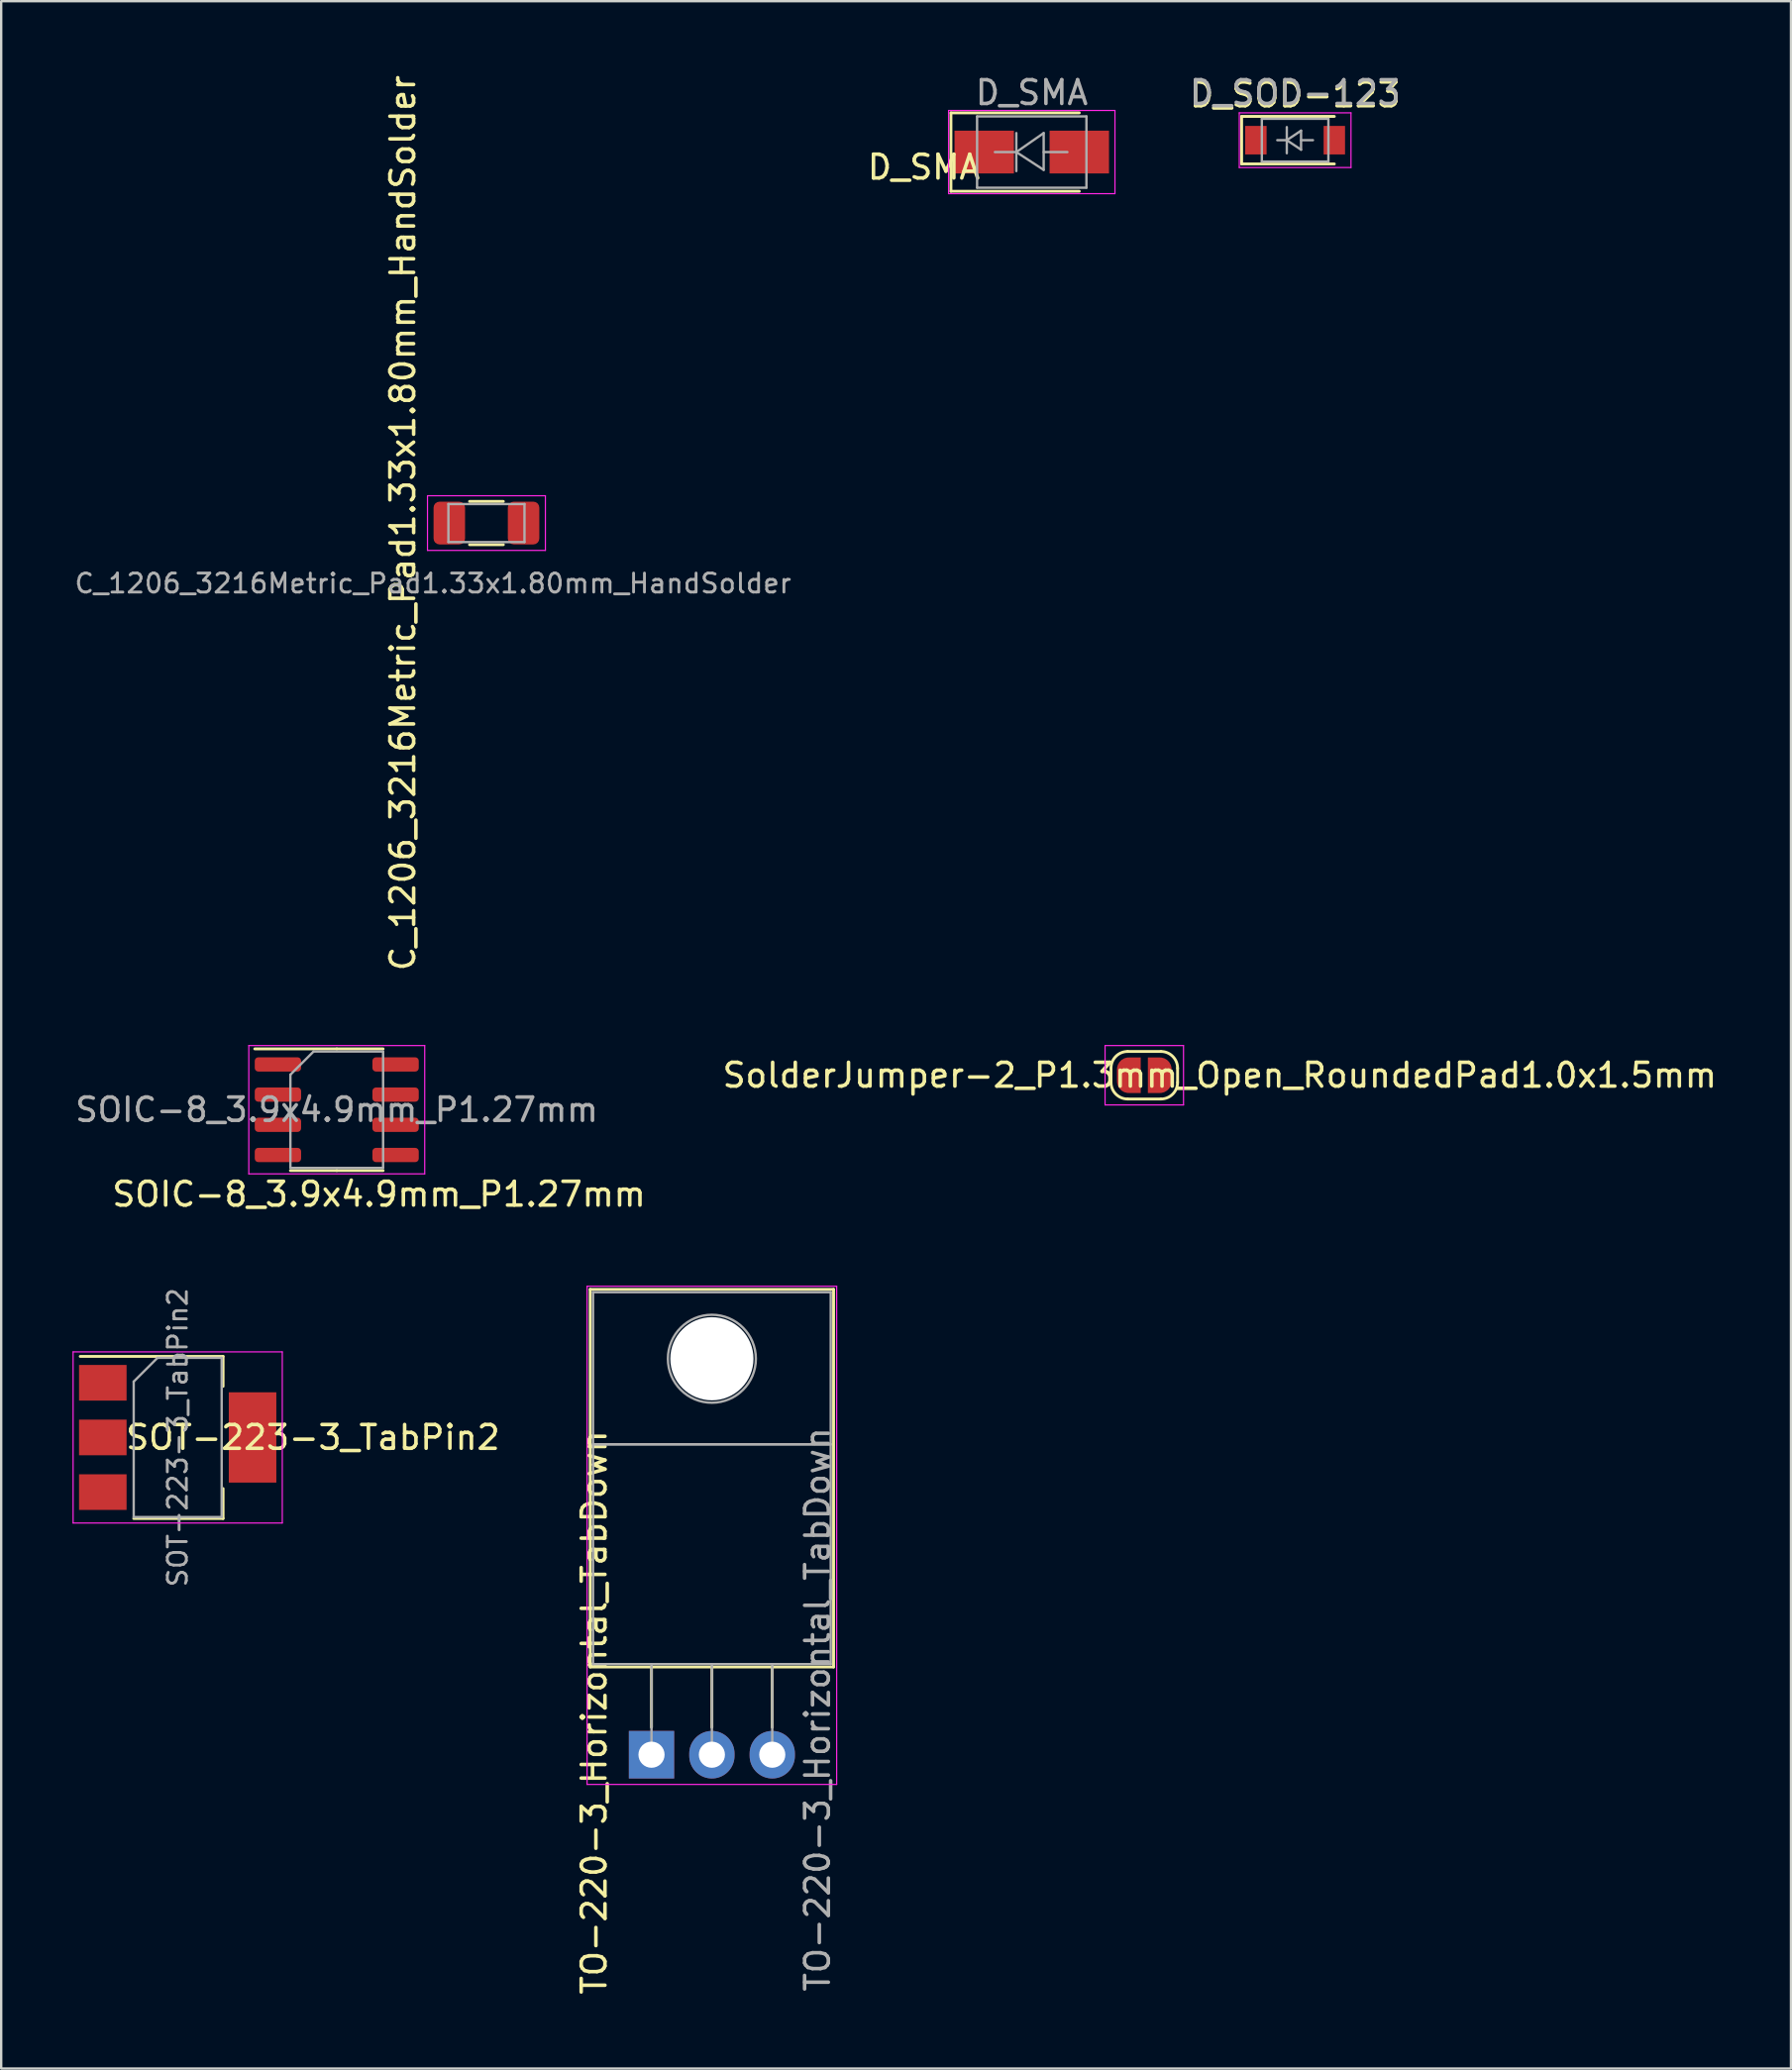
<source format=kicad_pcb>
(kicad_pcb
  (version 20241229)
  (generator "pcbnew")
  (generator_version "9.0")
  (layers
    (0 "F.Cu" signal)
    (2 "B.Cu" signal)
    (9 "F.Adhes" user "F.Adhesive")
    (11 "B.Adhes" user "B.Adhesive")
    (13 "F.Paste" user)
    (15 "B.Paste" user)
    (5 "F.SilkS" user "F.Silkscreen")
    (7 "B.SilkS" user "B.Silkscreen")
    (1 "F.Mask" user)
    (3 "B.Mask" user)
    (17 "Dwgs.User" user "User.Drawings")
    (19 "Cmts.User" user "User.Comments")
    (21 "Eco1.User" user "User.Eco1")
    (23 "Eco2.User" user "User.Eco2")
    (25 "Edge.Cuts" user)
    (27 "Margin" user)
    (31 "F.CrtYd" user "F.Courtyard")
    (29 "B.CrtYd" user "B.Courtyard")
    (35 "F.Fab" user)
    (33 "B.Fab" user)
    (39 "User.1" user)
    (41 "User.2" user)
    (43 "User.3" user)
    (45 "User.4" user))
  (footprint "D_SOD-123"
    (layer "F.Cu")
    (at 51.434 2.848)
    (property "Reference" "D_SOD-123" (at 0 -1.905 0) (layer "F.SilkS") (effects (font (size 1 1) (thickness 0.15))))
    (attr smd)
    (fp_line (start -2.25 -1) (end -2.25 1) (stroke (width 0.12) (type solid)) (layer "F.SilkS"))
    (fp_line (start -2.25 -1) (end 1.65 -1) (stroke (width 0.12) (type solid)) (layer "F.SilkS"))
    (fp_line (start -2.25 1) (end 1.65 1) (stroke (width 0.12) (type solid)) (layer "F.SilkS"))
    (fp_line (start -2.35 -1.15) (end -2.35 1.15) (stroke (width 0.05) (type solid)) (layer "F.CrtYd"))
    (fp_line (start -2.35 -1.15) (end 2.35 -1.15) (stroke (width 0.05) (type solid)) (layer "F.CrtYd"))
    (fp_line (start 2.35 -1.15) (end 2.35 1.15) (stroke (width 0.05) (type solid)) (layer "F.CrtYd"))
    (fp_line (start 2.35 1.15) (end -2.35 1.15) (stroke (width 0.05) (type solid)) (layer "F.CrtYd"))
    (fp_line (start -1.4 -0.9) (end 1.4 -0.9) (stroke (width 0.1) (type solid)) (layer "F.Fab"))
    (fp_line (start -1.4 0.9) (end -1.4 -0.9) (stroke (width 0.1) (type solid)) (layer "F.Fab"))
    (fp_line (start -0.75 0) (end -0.35 0) (stroke (width 0.1) (type solid)) (layer "F.Fab"))
    (fp_line (start -0.35 0) (end -0.35 -0.55) (stroke (width 0.1) (type solid)) (layer "F.Fab"))
    (fp_line (start -0.35 0) (end -0.35 0.55) (stroke (width 0.1) (type solid)) (layer "F.Fab"))
    (fp_line (start -0.35 0) (end 0.25 -0.4) (stroke (width 0.1) (type solid)) (layer "F.Fab"))
    (fp_line (start 0.25 -0.4) (end 0.25 0.4) (stroke (width 0.1) (type solid)) (layer "F.Fab"))
    (fp_line (start 0.25 0) (end 0.75 0) (stroke (width 0.1) (type solid)) (layer "F.Fab"))
    (fp_line (start 0.25 0.4) (end -0.35 0) (stroke (width 0.1) (type solid)) (layer "F.Fab"))
    (fp_line (start 1.4 -0.9) (end 1.4 0.9) (stroke (width 0.1) (type solid)) (layer "F.Fab"))
    (fp_line (start 1.4 0.9) (end -1.4 0.9) (stroke (width 0.1) (type solid)) (layer "F.Fab"))
    (fp_text user "${REFERENCE}" (at 0 -2 0) (layer "F.Fab") (effects (font (size 1 1) (thickness 0.15))))
    (pad "1" smd rect (at -1.65 0) (size 0.9 1.2) (layers "F.Cu" "F.Mask" "F.Paste"))
    (pad "2" smd rect (at 1.65 0) (size 0.9 1.2) (layers "F.Cu" "F.Mask" "F.Paste")))
  (footprint "C_1206_3216Metric_Pad1.33x1.80mm_HandSolder"
    (layer "F.Cu")
    (at 17.414 18.958)
    (property "Reference" "C_1206_3216Metric_Pad1.33x1.80mm_HandSolder" (at -3.518 0 90) (layer "F.SilkS") (effects (font (size 1 1) (thickness 0.15))))
    (attr smd)
    (fp_line (start -0.711 -0.91) (end 0.711 -0.91) (stroke (width 0.12) (type solid)) (layer "F.SilkS"))
    (fp_line (start -0.711 0.91) (end 0.711 0.91) (stroke (width 0.12) (type solid)) (layer "F.SilkS"))
    (fp_line (start -2.48 -1.15) (end 2.48 -1.15) (stroke (width 0.05) (type solid)) (layer "F.CrtYd"))
    (fp_line (start -2.48 1.15) (end -2.48 -1.15) (stroke (width 0.05) (type solid)) (layer "F.CrtYd"))
    (fp_line (start 2.48 -1.15) (end 2.48 1.15) (stroke (width 0.05) (type solid)) (layer "F.CrtYd"))
    (fp_line (start 2.48 1.15) (end -2.48 1.15) (stroke (width 0.05) (type solid)) (layer "F.CrtYd"))
    (fp_line (start -1.6 -0.8) (end 1.6 -0.8) (stroke (width 0.1) (type solid)) (layer "F.Fab"))
    (fp_line (start -1.6 0.8) (end -1.6 -0.8) (stroke (width 0.1) (type solid)) (layer "F.Fab"))
    (fp_line (start 1.6 -0.8) (end 1.6 0.8) (stroke (width 0.1) (type solid)) (layer "F.Fab"))
    (fp_line (start 1.6 0.8) (end -1.6 0.8) (stroke (width 0.1) (type solid)) (layer "F.Fab"))
    (fp_text user "${REFERENCE}" (at -2.248 2.54 180) (layer "F.Fab") (effects (font (size 0.8 0.8) (thickness 0.12))))
    (pad "1" smd roundrect (at -1.562 0) (size 1.325 1.8) (layers "F.Cu" "F.Mask" "F.Paste") (roundrect_rratio 0.189))
    (pad "2" smd roundrect (at 1.562 0) (size 1.325 1.8) (layers "F.Cu" "F.Mask" "F.Paste") (roundrect_rratio 0.189)))
  (footprint "TO-220-3_Horizontal_TabDown"
    (layer "F.Cu")
    (at 24.358 70.781)
    (property "Reference" "TO-220-3_Horizontal_TabDown" (at -2.413 -1.778 90) (layer "F.SilkS") (effects (font (size 1 1) (thickness 0.15))))
    (attr through_hole)
    (fp_line (start -2.58 -19.58) (end -2.58 -3.69) (stroke (width 0.12) (type solid)) (layer "F.SilkS"))
    (fp_line (start -2.58 -19.58) (end 7.66 -19.58) (stroke (width 0.12) (type solid)) (layer "F.SilkS"))
    (fp_line (start -2.58 -3.69) (end 7.66 -3.69) (stroke (width 0.12) (type solid)) (layer "F.SilkS"))
    (fp_line (start 0 -3.69) (end 0 -1.15) (stroke (width 0.12) (type solid)) (layer "F.SilkS"))
    (fp_line (start 2.54 -3.69) (end 2.54 -1.15) (stroke (width 0.12) (type solid)) (layer "F.SilkS"))
    (fp_line (start 5.08 -3.69) (end 5.08 -1.15) (stroke (width 0.12) (type solid)) (layer "F.SilkS"))
    (fp_line (start 7.66 -19.58) (end 7.66 -3.69) (stroke (width 0.12) (type solid)) (layer "F.SilkS"))
    (fp_line (start -2.71 -19.71) (end -2.71 1.25) (stroke (width 0.05) (type solid)) (layer "F.CrtYd"))
    (fp_line (start -2.71 1.25) (end 7.79 1.25) (stroke (width 0.05) (type solid)) (layer "F.CrtYd"))
    (fp_line (start 7.79 -19.71) (end -2.71 -19.71) (stroke (width 0.05) (type solid)) (layer "F.CrtYd"))
    (fp_line (start 7.79 1.25) (end 7.79 -19.71) (stroke (width 0.05) (type solid)) (layer "F.CrtYd"))
    (fp_line (start -2.46 -19.46) (end 7.54 -19.46) (stroke (width 0.1) (type solid)) (layer "F.Fab"))
    (fp_line (start -2.46 -13.06) (end -2.46 -19.46) (stroke (width 0.1) (type solid)) (layer "F.Fab"))
    (fp_line (start -2.46 -13.06) (end 7.54 -13.06) (stroke (width 0.1) (type solid)) (layer "F.Fab"))
    (fp_line (start -2.46 -3.81) (end -2.46 -13.06) (stroke (width 0.1) (type solid)) (layer "F.Fab"))
    (fp_line (start 0 -3.81) (end 0 0) (stroke (width 0.1) (type solid)) (layer "F.Fab"))
    (fp_line (start 2.54 -3.81) (end 2.54 0) (stroke (width 0.1) (type solid)) (layer "F.Fab"))
    (fp_line (start 5.08 -3.81) (end 5.08 0) (stroke (width 0.1) (type solid)) (layer "F.Fab"))
    (fp_line (start 7.54 -19.46) (end 7.54 -13.06) (stroke (width 0.1) (type solid)) (layer "F.Fab"))
    (fp_line (start 7.54 -13.06) (end -2.46 -13.06) (stroke (width 0.1) (type solid)) (layer "F.Fab"))
    (fp_line (start 7.54 -13.06) (end 7.54 -3.81) (stroke (width 0.1) (type solid)) (layer "F.Fab"))
    (fp_line (start 7.54 -3.81) (end -2.46 -3.81) (stroke (width 0.1) (type solid)) (layer "F.Fab"))
    (fp_circle (center 2.54 -16.66) (end 4.39 -16.66) (stroke (width 0.1) (type solid)) (fill no) (layer "F.Fab"))
    (fp_text user "${REFERENCE}" (at 6.985 -1.905 90) (layer "F.Fab") (effects (font (size 1 1) (thickness 0.15))))
    (pad "" np_thru_hole oval (at 2.54 -16.66) (size 3.5 3.5) (drill 3.5) (layers "*.Cu" "*.Mask"))
    (pad "1" thru_hole rect (at 0 0) (size 1.905 2) (drill 1.1) (layers "*.Cu" "*.Mask"))
    (pad "2" thru_hole oval (at 2.54 0) (size 1.905 2) (drill 1.1) (layers "*.Cu" "*.Mask"))
    (pad "3" thru_hole oval (at 5.08 0) (size 1.905 2) (drill 1.1) (layers "*.Cu" "*.Mask")))
  (footprint "SOT-223-3_TabPin2"
    (layer "F.Cu")
    (at 4.425 57.432)
    (property "Reference" "SOT-223-3_TabPin2" (at 5.69 0 0) (layer "F.SilkS") (effects (font (size 1 1) (thickness 0.15))))
    (attr smd)
    (fp_line (start -4.1 -3.41) (end 1.91 -3.41) (stroke (width 0.12) (type solid)) (layer "F.SilkS"))
    (fp_line (start -1.85 3.41) (end 1.91 3.41) (stroke (width 0.12) (type solid)) (layer "F.SilkS"))
    (fp_line (start 1.91 -3.41) (end 1.91 -2.15) (stroke (width 0.12) (type solid)) (layer "F.SilkS"))
    (fp_line (start 1.91 3.41) (end 1.91 2.15) (stroke (width 0.12) (type solid)) (layer "F.SilkS"))
    (fp_line (start -4.4 -3.6) (end -4.4 3.6) (stroke (width 0.05) (type solid)) (layer "F.CrtYd"))
    (fp_line (start -4.4 3.6) (end 4.4 3.6) (stroke (width 0.05) (type solid)) (layer "F.CrtYd"))
    (fp_line (start 4.4 -3.6) (end -4.4 -3.6) (stroke (width 0.05) (type solid)) (layer "F.CrtYd"))
    (fp_line (start 4.4 3.6) (end 4.4 -3.6) (stroke (width 0.05) (type solid)) (layer "F.CrtYd"))
    (fp_line (start -1.85 -2.35) (end -1.85 3.35) (stroke (width 0.1) (type solid)) (layer "F.Fab"))
    (fp_line (start -1.85 -2.35) (end -0.85 -3.35) (stroke (width 0.1) (type solid)) (layer "F.Fab"))
    (fp_line (start -1.85 3.35) (end 1.85 3.35) (stroke (width 0.1) (type solid)) (layer "F.Fab"))
    (fp_line (start -0.85 -3.35) (end 1.85 -3.35) (stroke (width 0.1) (type solid)) (layer "F.Fab"))
    (fp_line (start 1.85 -3.35) (end 1.85 3.35) (stroke (width 0.1) (type solid)) (layer "F.Fab"))
    (fp_text user "${REFERENCE}" (at 0 0 270) (layer "F.Fab") (effects (font (size 0.8 0.8) (thickness 0.12))))
    (pad "1" smd rect (at -3.15 -2.3) (size 2 1.5) (layers "F.Cu" "F.Mask" "F.Paste"))
    (pad "2" smd rect (at -3.15 0) (size 2 1.5) (layers "F.Cu" "F.Mask" "F.Paste"))
    (pad "2" smd rect (at 3.15 0) (size 2 3.8) (layers "F.Cu" "F.Mask" "F.Paste"))
    (pad "3" smd rect (at -3.15 2.3) (size 2 1.5) (layers "F.Cu" "F.Mask" "F.Paste")))
  (footprint "SolderJumper-2_P1.3mm_Open_RoundedPad1.0x1.5mm"
    (layer "F.Cu")
    (at 45.089 42.192)
    (property "Reference" "SolderJumper-2_P1.3mm_Open_RoundedPad1.0x1.5mm" (at 3.175 0 180) (layer "F.SilkS") (effects (font (size 1 1) (thickness 0.15))))
    (attr exclude_from_pos_files exclude_from_bom)
    (fp_line (start -1.4 0.3) (end -1.4 -0.3) (stroke (width 0.12) (type solid)) (layer "F.SilkS"))
    (fp_line (start -0.7 -1) (end 0.7 -1) (stroke (width 0.12) (type solid)) (layer "F.SilkS"))
    (fp_line (start 0.7 1) (end -0.7 1) (stroke (width 0.12) (type solid)) (layer "F.SilkS"))
    (fp_line (start 1.4 -0.3) (end 1.4 0.3) (stroke (width 0.12) (type solid)) (layer "F.SilkS"))
    (fp_arc (start -1.4 -0.3) (mid -1.194975 -0.794975) (end -0.7 -1) (stroke (width 0.12) (type solid)) (layer "F.SilkS"))
    (fp_arc (start -0.7 1) (mid -1.194975 0.794975) (end -1.4 0.3) (stroke (width 0.12) (type solid)) (layer "F.SilkS"))
    (fp_arc (start 0.7 -1) (mid 1.194975 -0.794975) (end 1.4 -0.3) (stroke (width 0.12) (type solid)) (layer "F.SilkS"))
    (fp_arc (start 1.4 0.3) (mid 1.194975 0.794975) (end 0.7 1) (stroke (width 0.12) (type solid)) (layer "F.SilkS"))
    (fp_line (start -1.65 -1.25) (end -1.65 1.25) (stroke (width 0.05) (type solid)) (layer "F.CrtYd"))
    (fp_line (start -1.65 -1.25) (end 1.65 -1.25) (stroke (width 0.05) (type solid)) (layer "F.CrtYd"))
    (fp_line (start 1.65 1.25) (end -1.65 1.25) (stroke (width 0.05) (type solid)) (layer "F.CrtYd"))
    (fp_line (start 1.65 1.25) (end 1.65 -1.25) (stroke (width 0.05) (type solid)) (layer "F.CrtYd"))
    (pad "1" smd custom (at -0.65 0) (size 1 0.5) (layers "F.Cu" "F.Mask") (options (anchor rect)) (primitives (gr_circle (center 0 0.25) (end 0.5 0.25) (width 0) (fill yes)) (gr_circle (center 0 -0.25) (end 0.5 -0.25) (width 0) (fill yes)) (gr_poly (pts (xy 0 -0.75) (xy 0.5 -0.75) (xy 0.5 0.75) (xy 0 0.75)) (width 0) (fill yes))))
    (pad "2" smd custom (at 0.65 0) (size 1 0.5) (layers "F.Cu" "F.Mask") (options (anchor rect)) (primitives (gr_circle (center 0 0.25) (end 0.5 0.25) (width 0) (fill yes)) (gr_circle (center 0 -0.25) (end 0.5 -0.25) (width 0) (fill yes)) (gr_poly (pts (xy 0 -0.75) (xy -0.5 -0.75) (xy -0.5 0.75) (xy 0 0.75)) (width 0) (fill yes)))))
  (footprint "D_SMA"
    (layer "F.Cu")
    (at 40.355 3.348)
    (property "Reference" "D_SMA" (at -4.54 0.635 0) (layer "F.SilkS") (effects (font (size 1 1) (thickness 0.15))))
    (attr smd)
    (fp_line (start -3.4 -1.65) (end -3.4 1.65) (stroke (width 0.12) (type solid)) (layer "F.SilkS"))
    (fp_line (start -3.4 -1.65) (end 2 -1.65) (stroke (width 0.12) (type solid)) (layer "F.SilkS"))
    (fp_line (start -3.4 1.65) (end 2 1.65) (stroke (width 0.12) (type solid)) (layer "F.SilkS"))
    (fp_line (start -3.5 -1.75) (end 3.5 -1.75) (stroke (width 0.05) (type solid)) (layer "F.CrtYd"))
    (fp_line (start -3.5 1.75) (end -3.5 -1.75) (stroke (width 0.05) (type solid)) (layer "F.CrtYd"))
    (fp_line (start 3.5 -1.75) (end 3.5 1.75) (stroke (width 0.05) (type solid)) (layer "F.CrtYd"))
    (fp_line (start 3.5 1.75) (end -3.5 1.75) (stroke (width 0.05) (type solid)) (layer "F.CrtYd"))
    (fp_line (start -2.3 1.5) (end -2.3 -1.5) (stroke (width 0.1) (type solid)) (layer "F.Fab"))
    (fp_line (start -0.649 -0.799) (end -0.649 0.801) (stroke (width 0.1) (type solid)) (layer "F.Fab"))
    (fp_line (start -0.649 0.001) (end -1.551 0.001) (stroke (width 0.1) (type solid)) (layer "F.Fab"))
    (fp_line (start -0.649 0.001) (end 0.501 -0.799) (stroke (width 0.1) (type solid)) (layer "F.Fab"))
    (fp_line (start -0.649 0.001) (end 0.501 0.75) (stroke (width 0.1) (type solid)) (layer "F.Fab"))
    (fp_line (start 0.501 0.001) (end 1.499 0.001) (stroke (width 0.1) (type solid)) (layer "F.Fab"))
    (fp_line (start 0.501 0.75) (end 0.501 -0.799) (stroke (width 0.1) (type solid)) (layer "F.Fab"))
    (fp_line (start 2.3 -1.5) (end -2.3 -1.5) (stroke (width 0.1) (type solid)) (layer "F.Fab"))
    (fp_line (start 2.3 -1.5) (end 2.3 1.5) (stroke (width 0.1) (type solid)) (layer "F.Fab"))
    (fp_line (start 2.3 1.5) (end -2.3 1.5) (stroke (width 0.1) (type solid)) (layer "F.Fab"))
    (fp_text user "${REFERENCE}" (at 0 -2.5 0) (layer "F.Fab") (effects (font (size 1 1) (thickness 0.15))))
    (pad "1" smd rect (at -2 0) (size 2.5 1.8) (layers "F.Cu" "F.Mask" "F.Paste"))
    (pad "2" smd rect (at 2 0) (size 2.5 1.8) (layers "F.Cu" "F.Mask" "F.Paste")))
  (footprint "SOIC-8_3.9x4.9mm_P1.27mm"
    (layer "F.Cu")
    (at 11.117 43.642)
    (property "Reference" "SOIC-8_3.9x4.9mm_P1.27mm" (at 1.778 3.556 180) (layer "F.SilkS") (effects (font (size 1 1) (thickness 0.15))))
    (attr smd)
    (fp_line (start 0 -2.56) (end -3.45 -2.56) (stroke (width 0.12) (type solid)) (layer "F.SilkS"))
    (fp_line (start 0 -2.56) (end 1.95 -2.56) (stroke (width 0.12) (type solid)) (layer "F.SilkS"))
    (fp_line (start 0 2.56) (end -1.95 2.56) (stroke (width 0.12) (type solid)) (layer "F.SilkS"))
    (fp_line (start 0 2.56) (end 1.95 2.56) (stroke (width 0.12) (type solid)) (layer "F.SilkS"))
    (fp_line (start -3.7 -2.7) (end -3.7 2.7) (stroke (width 0.05) (type solid)) (layer "F.CrtYd"))
    (fp_line (start -3.7 2.7) (end 3.7 2.7) (stroke (width 0.05) (type solid)) (layer "F.CrtYd"))
    (fp_line (start 3.7 -2.7) (end -3.7 -2.7) (stroke (width 0.05) (type solid)) (layer "F.CrtYd"))
    (fp_line (start 3.7 2.7) (end 3.7 -2.7) (stroke (width 0.05) (type solid)) (layer "F.CrtYd"))
    (fp_line (start -1.95 -1.475) (end -0.975 -2.45) (stroke (width 0.1) (type solid)) (layer "F.Fab"))
    (fp_line (start -1.95 2.45) (end -1.95 -1.475) (stroke (width 0.1) (type solid)) (layer "F.Fab"))
    (fp_line (start -0.975 -2.45) (end 1.95 -2.45) (stroke (width 0.1) (type solid)) (layer "F.Fab"))
    (fp_line (start 1.95 -2.45) (end 1.95 2.45) (stroke (width 0.1) (type solid)) (layer "F.Fab"))
    (fp_line (start 1.95 2.45) (end -1.95 2.45) (stroke (width 0.1) (type solid)) (layer "F.Fab"))
    (fp_text user "${REFERENCE}" (at 0 0 180) (layer "F.Fab") (effects (font (size 0.98 0.98) (thickness 0.15))))
    (pad "1" smd roundrect (at -2.475 -1.905) (size 1.95 0.6) (layers "F.Cu" "F.Mask" "F.Paste") (roundrect_rratio 0.25))
    (pad "2" smd roundrect (at -2.475 -0.635) (size 1.95 0.6) (layers "F.Cu" "F.Mask" "F.Paste") (roundrect_rratio 0.25))
    (pad "3" smd roundrect (at -2.475 0.635) (size 1.95 0.6) (layers "F.Cu" "F.Mask" "F.Paste") (roundrect_rratio 0.25))
    (pad "4" smd roundrect (at -2.475 1.905) (size 1.95 0.6) (layers "F.Cu" "F.Mask" "F.Paste") (roundrect_rratio 0.25))
    (pad "5" smd roundrect (at 2.475 1.905) (size 1.95 0.6) (layers "F.Cu" "F.Mask" "F.Paste") (roundrect_rratio 0.25))
    (pad "6" smd roundrect (at 2.475 0.635) (size 1.95 0.6) (layers "F.Cu" "F.Mask" "F.Paste") (roundrect_rratio 0.25))
    (pad "7" smd roundrect (at 2.475 -0.635) (size 1.95 0.6) (layers "F.Cu" "F.Mask" "F.Paste") (roundrect_rratio 0.25))
    (pad "8" smd roundrect (at 2.475 -1.905) (size 1.95 0.6) (layers "F.Cu" "F.Mask" "F.Paste") (roundrect_rratio 0.25)))
  (gr_rect
    (start -3 -3)
    (end 72.294 83.985)
    (stroke (width 0.1) (type default))
    (fill no)
    (layer "Edge.Cuts")))
</source>
